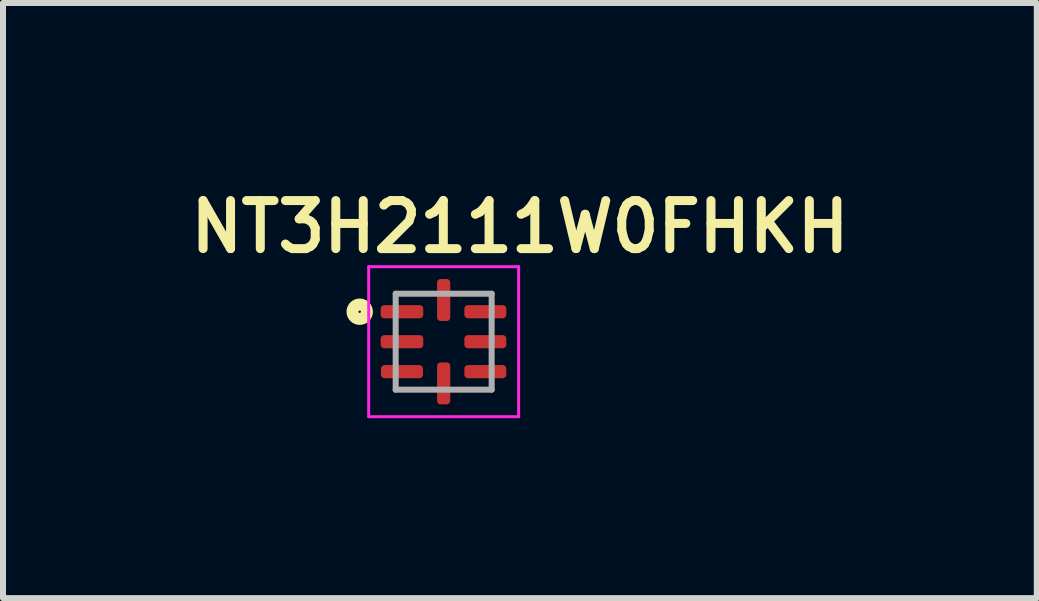
<source format=kicad_pcb>
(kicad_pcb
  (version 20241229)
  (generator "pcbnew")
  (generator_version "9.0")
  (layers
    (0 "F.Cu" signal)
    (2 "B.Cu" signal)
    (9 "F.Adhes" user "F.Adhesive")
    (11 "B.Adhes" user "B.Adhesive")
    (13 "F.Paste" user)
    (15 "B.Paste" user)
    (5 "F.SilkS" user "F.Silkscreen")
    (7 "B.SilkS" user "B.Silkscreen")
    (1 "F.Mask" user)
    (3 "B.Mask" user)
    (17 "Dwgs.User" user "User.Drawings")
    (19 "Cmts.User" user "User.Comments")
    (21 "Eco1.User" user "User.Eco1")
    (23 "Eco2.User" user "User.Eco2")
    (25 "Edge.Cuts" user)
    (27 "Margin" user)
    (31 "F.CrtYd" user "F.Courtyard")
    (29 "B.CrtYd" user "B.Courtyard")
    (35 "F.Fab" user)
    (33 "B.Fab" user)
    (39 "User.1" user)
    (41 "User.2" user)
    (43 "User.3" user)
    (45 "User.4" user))
  (footprint "NT3H2111W0FHKH"
    (layer "F.Cu")
    (at 4.347 2.647)
    (property "Reference" "NT3H2111W0FHKH" (at 1.272 -1.915 0) (layer "F.SilkS") (effects (font (size 0.801 0.801) (thickness 0.15))))
    (attr smd)
    (fp_circle (center -1.4 -0.5) (end -1.38 -0.5) (stroke (width 0.2) (type solid)) (fill no) (layer "F.SilkS"))
    (fp_line (start -1.25 -1.25) (end 1.25 -1.25) (stroke (width 0.05) (type solid)) (layer "F.CrtYd"))
    (fp_line (start -1.25 1.25) (end -1.25 -1.25) (stroke (width 0.05) (type solid)) (layer "F.CrtYd"))
    (fp_line (start 1.25 -1.25) (end 1.25 1.25) (stroke (width 0.05) (type solid)) (layer "F.CrtYd"))
    (fp_line (start 1.25 1.25) (end -1.25 1.25) (stroke (width 0.05) (type solid)) (layer "F.CrtYd"))
    (fp_line (start -0.8 -0.8) (end -0.8 0.8) (stroke (width 0.1) (type solid)) (layer "F.Fab"))
    (fp_line (start -0.8 -0.8) (end 0.8 -0.8) (stroke (width 0.1) (type solid)) (layer "F.Fab"))
    (fp_line (start -0.8 0.8) (end 0.8 0.8) (stroke (width 0.1) (type solid)) (layer "F.Fab"))
    (fp_line (start 0.8 -0.8) (end 0.8 0.8) (stroke (width 0.1) (type solid)) (layer "F.Fab"))
    (pad "1" smd roundrect (at -0.695 -0.5) (size 0.71 0.22) (layers "F.Cu" "F.Mask" "F.Paste") (roundrect_rratio 0.27))
    (pad "2" smd roundrect (at -0.695 0) (size 0.71 0.22) (layers "F.Cu" "F.Mask" "F.Paste") (roundrect_rratio 0.27))
    (pad "3" smd roundrect (at -0.695 0.5) (size 0.7 0.22) (layers "F.Cu" "F.Mask" "F.Paste") (roundrect_rratio 0.27))
    (pad "4" smd roundrect (at 0 0.695) (size 0.22 0.7) (layers "F.Cu" "F.Mask" "F.Paste") (roundrect_rratio 0.27))
    (pad "5" smd roundrect (at 0.695 0.5) (size 0.7 0.22) (layers "F.Cu" "F.Mask" "F.Paste") (roundrect_rratio 0.27))
    (pad "6" smd roundrect (at 0.695 0) (size 0.7 0.22) (layers "F.Cu" "F.Mask" "F.Paste") (roundrect_rratio 0.27))
    (pad "7" smd roundrect (at 0.695 -0.5) (size 0.7 0.22) (layers "F.Cu" "F.Mask" "F.Paste") (roundrect_rratio 0.27))
    (pad "8" smd roundrect (at 0 -0.695) (size 0.22 0.7) (layers "F.Cu" "F.Mask" "F.Paste") (roundrect_rratio 0.27)))
  (gr_rect
    (start -3 -3)
    (end 14.236 6.922)
    (stroke (width 0.1) (type default))
    (fill no)
    (layer "Edge.Cuts")))
</source>
